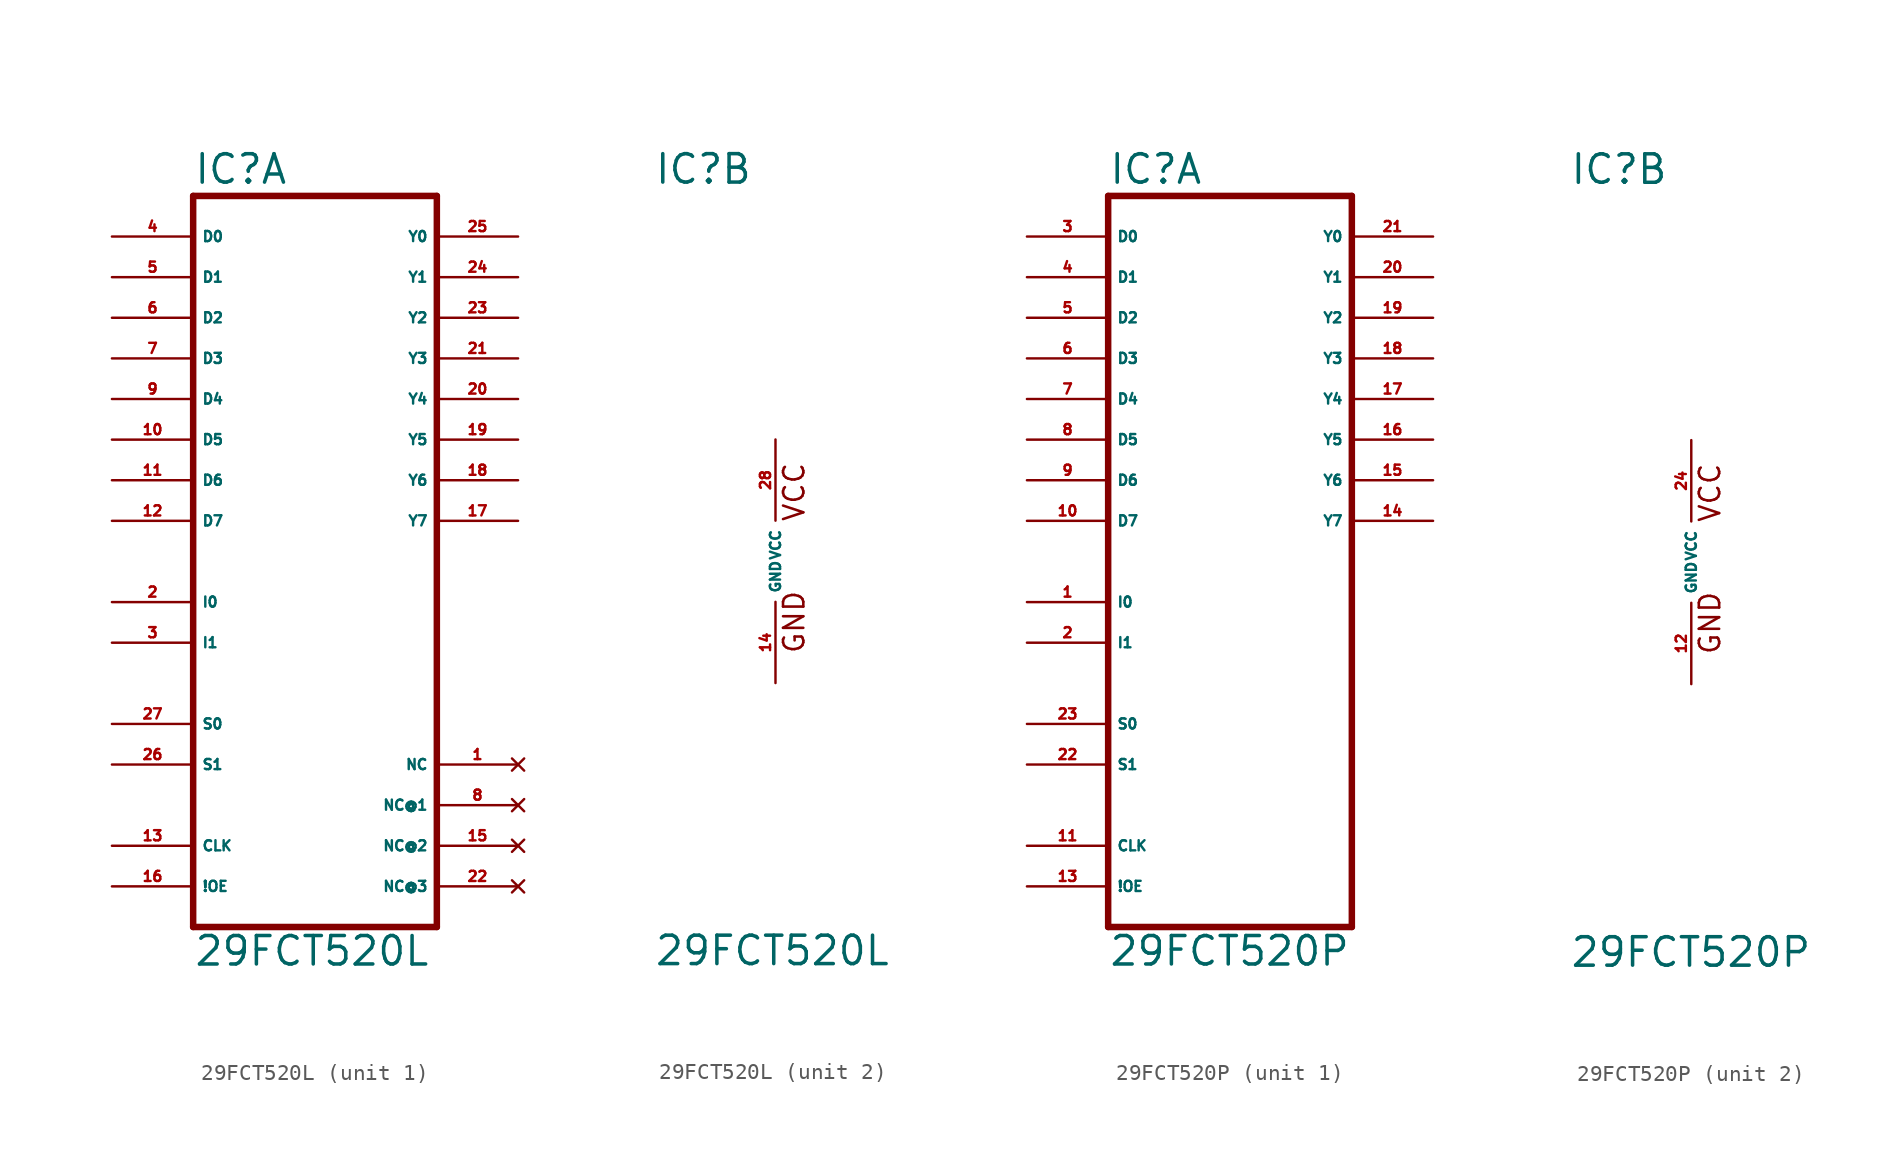
<source format=kicad_sym>
(kicad_symbol_lib
  (version 20220914)
  (generator Eagle2Kicad)
  (symbol "29FCT520L"
    (property "Reference" "IC"
      (at -7.62 23.495 0)
      (effects (font (size 1.778 1.778) (thickness 0.22)) (justify left bottom)))
    (property "Value" "29FCT520L"
      (at -7.62 -25.4 0)
      (effects (font (size 1.778 1.778) (thickness 0.22)) (justify left bottom)))
    (symbol "29FCT520L_1_0"
      (polyline (pts (xy -7.62 -22.86) (xy 7.62 -22.86)) (stroke (width 0.406) (type default)) (fill (type none)))
      (polyline (pts (xy 7.62 -22.86) (xy 7.62 22.86)) (stroke (width 0.406) (type default)) (fill (type none)))
      (polyline (pts (xy 7.62 22.86) (xy -7.62 22.86)) (stroke (width 0.406) (type default)) (fill (type none)))
      (polyline (pts (xy -7.62 22.86) (xy -7.62 -22.86)) (stroke (width 0.406) (type default)) (fill (type none)))
      (pin input line (at -12.7 20.32 0) (length 5.08) (name "D0" (effects (font (size 0.635 0.635) (thickness 0.08)) (justify left bottom))) (number "4" (effects (font (size 0.635 0.635) (thickness 0.08)) (justify left bottom))))
      (pin input line (at -12.7 17.78 0) (length 5.08) (name "D1" (effects (font (size 0.635 0.635) (thickness 0.08)) (justify left bottom))) (number "5" (effects (font (size 0.635 0.635) (thickness 0.08)) (justify left bottom))))
      (pin input line (at -12.7 15.24 0) (length 5.08) (name "D2" (effects (font (size 0.635 0.635) (thickness 0.08)) (justify left bottom))) (number "6" (effects (font (size 0.635 0.635) (thickness 0.08)) (justify left bottom))))
      (pin input line (at -12.7 12.7 0) (length 5.08) (name "D3" (effects (font (size 0.635 0.635) (thickness 0.08)) (justify left bottom))) (number "7" (effects (font (size 0.635 0.635) (thickness 0.08)) (justify left bottom))))
      (pin input line (at -12.7 10.16 0) (length 5.08) (name "D4" (effects (font (size 0.635 0.635) (thickness 0.08)) (justify left bottom))) (number "9" (effects (font (size 0.635 0.635) (thickness 0.08)) (justify left bottom))))
      (pin input line (at -12.7 7.62 0) (length 5.08) (name "D5" (effects (font (size 0.635 0.635) (thickness 0.08)) (justify left bottom))) (number "10" (effects (font (size 0.635 0.635) (thickness 0.08)) (justify left bottom))))
      (pin input line (at -12.7 5.08 0) (length 5.08) (name "D6" (effects (font (size 0.635 0.635) (thickness 0.08)) (justify left bottom))) (number "11" (effects (font (size 0.635 0.635) (thickness 0.08)) (justify left bottom))))
      (pin input line (at -12.7 2.54 0) (length 5.08) (name "D7" (effects (font (size 0.635 0.635) (thickness 0.08)) (justify left bottom))) (number "12" (effects (font (size 0.635 0.635) (thickness 0.08)) (justify left bottom))))
      (pin input line (at -12.7 -2.54 0) (length 5.08) (name "I0" (effects (font (size 0.635 0.635) (thickness 0.08)) (justify left bottom))) (number "2" (effects (font (size 0.635 0.635) (thickness 0.08)) (justify left bottom))))
      (pin input line (at -12.7 -5.08 0) (length 5.08) (name "I1" (effects (font (size 0.635 0.635) (thickness 0.08)) (justify left bottom))) (number "3" (effects (font (size 0.635 0.635) (thickness 0.08)) (justify left bottom))))
      (pin input line (at -12.7 -10.16 0) (length 5.08) (name "S0" (effects (font (size 0.635 0.635) (thickness 0.08)) (justify left bottom))) (number "27" (effects (font (size 0.635 0.635) (thickness 0.08)) (justify left bottom))))
      (pin input line (at -12.7 -12.7 0) (length 5.08) (name "S1" (effects (font (size 0.635 0.635) (thickness 0.08)) (justify left bottom))) (number "26" (effects (font (size 0.635 0.635) (thickness 0.08)) (justify left bottom))))
      (pin input line (at -12.7 -17.78 0) (length 5.08) (name "CLK" (effects (font (size 0.635 0.635) (thickness 0.08)) (justify left bottom))) (number "13" (effects (font (size 0.635 0.635) (thickness 0.08)) (justify left bottom))))
      (pin input line (at -12.7 -20.32 0) (length 5.08) (name "!OE" (effects (font (size 0.635 0.635) (thickness 0.08)) (justify left bottom))) (number "16" (effects (font (size 0.635 0.635) (thickness 0.08)) (justify left bottom))))
      (pin bidirectional line (at 12.7 20.32 180) (length 5.08) (name "Y0" (effects (font (size 0.635 0.635) (thickness 0.08)) (justify left bottom))) (number "25" (effects (font (size 0.635 0.635) (thickness 0.08)) (justify left bottom))))
      (pin bidirectional line (at 12.7 17.78 180) (length 5.08) (name "Y1" (effects (font (size 0.635 0.635) (thickness 0.08)) (justify left bottom))) (number "24" (effects (font (size 0.635 0.635) (thickness 0.08)) (justify left bottom))))
      (pin bidirectional line (at 12.7 15.24 180) (length 5.08) (name "Y2" (effects (font (size 0.635 0.635) (thickness 0.08)) (justify left bottom))) (number "23" (effects (font (size 0.635 0.635) (thickness 0.08)) (justify left bottom))))
      (pin bidirectional line (at 12.7 12.7 180) (length 5.08) (name "Y3" (effects (font (size 0.635 0.635) (thickness 0.08)) (justify left bottom))) (number "21" (effects (font (size 0.635 0.635) (thickness 0.08)) (justify left bottom))))
      (pin bidirectional line (at 12.7 10.16 180) (length 5.08) (name "Y4" (effects (font (size 0.635 0.635) (thickness 0.08)) (justify left bottom))) (number "20" (effects (font (size 0.635 0.635) (thickness 0.08)) (justify left bottom))))
      (pin bidirectional line (at 12.7 7.62 180) (length 5.08) (name "Y5" (effects (font (size 0.635 0.635) (thickness 0.08)) (justify left bottom))) (number "19" (effects (font (size 0.635 0.635) (thickness 0.08)) (justify left bottom))))
      (pin bidirectional line (at 12.7 5.08 180) (length 5.08) (name "Y6" (effects (font (size 0.635 0.635) (thickness 0.08)) (justify left bottom))) (number "18" (effects (font (size 0.635 0.635) (thickness 0.08)) (justify left bottom))))
      (pin bidirectional line (at 12.7 2.54 180) (length 5.08) (name "Y7" (effects (font (size 0.635 0.635) (thickness 0.08)) (justify left bottom))) (number "17" (effects (font (size 0.635 0.635) (thickness 0.08)) (justify left bottom))))
      (pin no_connect line (at 12.7 -20.32 180) (length 5.08) (name "NC@3" (effects (font (size 0.635 0.635) (thickness 0.08)) (justify left bottom) hide)) (number "22" (effects (font (size 0.635 0.635) (thickness 0.08)) (justify left bottom) hide)))
      (pin no_connect line (at 12.7 -17.78 180) (length 5.08) (name "NC@2" (effects (font (size 0.635 0.635) (thickness 0.08)) (justify left bottom) hide)) (number "15" (effects (font (size 0.635 0.635) (thickness 0.08)) (justify left bottom) hide)))
      (pin no_connect line (at 12.7 -15.24 180) (length 5.08) (name "NC@1" (effects (font (size 0.635 0.635) (thickness 0.08)) (justify left bottom) hide)) (number "8" (effects (font (size 0.635 0.635) (thickness 0.08)) (justify left bottom) hide)))
      (pin no_connect line (at 12.7 -12.7 180) (length 5.08) (name "NC" (effects (font (size 0.635 0.635) (thickness 0.08)) (justify left bottom) hide)) (number "1" (effects (font (size 0.635 0.635) (thickness 0.08)) (justify left bottom) hide))))
    (symbol "29FCT520L_2_0"
      (text "GND" (at 1.905 -5.842 900) (effects (font (size 1.27 1.27) (thickness 0.16)) (justify left bottom)))
      (text "VCC" (at 1.905 2.413 900) (effects (font (size 1.27 1.27) (thickness 0.16)) (justify left bottom)))
      (pin unspecified line (at 0 7.62 270) (length 5.08) (name "VCC" (effects (font (size 0.635 0.635) (thickness 0.08)) (justify left bottom))) (number "28" (effects (font (size 0.635 0.635) (thickness 0.08)) (justify left bottom))))
      (pin unspecified line (at 0 -7.62 90) (length 5.08) (name "GND" (effects (font (size 0.635 0.635) (thickness 0.08)) (justify left bottom))) (number "14" (effects (font (size 0.635 0.635) (thickness 0.08)) (justify left bottom))))))
  (symbol "29FCT520P"
    (property "Reference" "IC"
      (at -7.62 23.495 0)
      (effects (font (size 1.778 1.778) (thickness 0.22)) (justify left bottom)))
    (property "Value" "29FCT520P"
      (at -7.62 -25.4 0)
      (effects (font (size 1.778 1.778) (thickness 0.22)) (justify left bottom)))
    (symbol "29FCT520P_1_0"
      (polyline (pts (xy -7.62 -22.86) (xy 7.62 -22.86)) (stroke (width 0.406) (type default)) (fill (type none)))
      (polyline (pts (xy 7.62 -22.86) (xy 7.62 22.86)) (stroke (width 0.406) (type default)) (fill (type none)))
      (polyline (pts (xy 7.62 22.86) (xy -7.62 22.86)) (stroke (width 0.406) (type default)) (fill (type none)))
      (polyline (pts (xy -7.62 22.86) (xy -7.62 -22.86)) (stroke (width 0.406) (type default)) (fill (type none)))
      (pin input line (at -12.7 20.32 0) (length 5.08) (name "D0" (effects (font (size 0.635 0.635) (thickness 0.08)) (justify left bottom))) (number "3" (effects (font (size 0.635 0.635) (thickness 0.08)) (justify left bottom))))
      (pin input line (at -12.7 17.78 0) (length 5.08) (name "D1" (effects (font (size 0.635 0.635) (thickness 0.08)) (justify left bottom))) (number "4" (effects (font (size 0.635 0.635) (thickness 0.08)) (justify left bottom))))
      (pin input line (at -12.7 15.24 0) (length 5.08) (name "D2" (effects (font (size 0.635 0.635) (thickness 0.08)) (justify left bottom))) (number "5" (effects (font (size 0.635 0.635) (thickness 0.08)) (justify left bottom))))
      (pin input line (at -12.7 12.7 0) (length 5.08) (name "D3" (effects (font (size 0.635 0.635) (thickness 0.08)) (justify left bottom))) (number "6" (effects (font (size 0.635 0.635) (thickness 0.08)) (justify left bottom))))
      (pin input line (at -12.7 10.16 0) (length 5.08) (name "D4" (effects (font (size 0.635 0.635) (thickness 0.08)) (justify left bottom))) (number "7" (effects (font (size 0.635 0.635) (thickness 0.08)) (justify left bottom))))
      (pin input line (at -12.7 7.62 0) (length 5.08) (name "D5" (effects (font (size 0.635 0.635) (thickness 0.08)) (justify left bottom))) (number "8" (effects (font (size 0.635 0.635) (thickness 0.08)) (justify left bottom))))
      (pin input line (at -12.7 5.08 0) (length 5.08) (name "D6" (effects (font (size 0.635 0.635) (thickness 0.08)) (justify left bottom))) (number "9" (effects (font (size 0.635 0.635) (thickness 0.08)) (justify left bottom))))
      (pin input line (at -12.7 2.54 0) (length 5.08) (name "D7" (effects (font (size 0.635 0.635) (thickness 0.08)) (justify left bottom))) (number "10" (effects (font (size 0.635 0.635) (thickness 0.08)) (justify left bottom))))
      (pin input line (at -12.7 -2.54 0) (length 5.08) (name "I0" (effects (font (size 0.635 0.635) (thickness 0.08)) (justify left bottom))) (number "1" (effects (font (size 0.635 0.635) (thickness 0.08)) (justify left bottom))))
      (pin input line (at -12.7 -5.08 0) (length 5.08) (name "I1" (effects (font (size 0.635 0.635) (thickness 0.08)) (justify left bottom))) (number "2" (effects (font (size 0.635 0.635) (thickness 0.08)) (justify left bottom))))
      (pin input line (at -12.7 -10.16 0) (length 5.08) (name "S0" (effects (font (size 0.635 0.635) (thickness 0.08)) (justify left bottom))) (number "23" (effects (font (size 0.635 0.635) (thickness 0.08)) (justify left bottom))))
      (pin input line (at -12.7 -12.7 0) (length 5.08) (name "S1" (effects (font (size 0.635 0.635) (thickness 0.08)) (justify left bottom))) (number "22" (effects (font (size 0.635 0.635) (thickness 0.08)) (justify left bottom))))
      (pin input line (at -12.7 -17.78 0) (length 5.08) (name "CLK" (effects (font (size 0.635 0.635) (thickness 0.08)) (justify left bottom))) (number "11" (effects (font (size 0.635 0.635) (thickness 0.08)) (justify left bottom))))
      (pin input line (at -12.7 -20.32 0) (length 5.08) (name "!OE" (effects (font (size 0.635 0.635) (thickness 0.08)) (justify left bottom))) (number "13" (effects (font (size 0.635 0.635) (thickness 0.08)) (justify left bottom))))
      (pin bidirectional line (at 12.7 20.32 180) (length 5.08) (name "Y0" (effects (font (size 0.635 0.635) (thickness 0.08)) (justify left bottom))) (number "21" (effects (font (size 0.635 0.635) (thickness 0.08)) (justify left bottom))))
      (pin bidirectional line (at 12.7 17.78 180) (length 5.08) (name "Y1" (effects (font (size 0.635 0.635) (thickness 0.08)) (justify left bottom))) (number "20" (effects (font (size 0.635 0.635) (thickness 0.08)) (justify left bottom))))
      (pin bidirectional line (at 12.7 15.24 180) (length 5.08) (name "Y2" (effects (font (size 0.635 0.635) (thickness 0.08)) (justify left bottom))) (number "19" (effects (font (size 0.635 0.635) (thickness 0.08)) (justify left bottom))))
      (pin bidirectional line (at 12.7 12.7 180) (length 5.08) (name "Y3" (effects (font (size 0.635 0.635) (thickness 0.08)) (justify left bottom))) (number "18" (effects (font (size 0.635 0.635) (thickness 0.08)) (justify left bottom))))
      (pin bidirectional line (at 12.7 10.16 180) (length 5.08) (name "Y4" (effects (font (size 0.635 0.635) (thickness 0.08)) (justify left bottom))) (number "17" (effects (font (size 0.635 0.635) (thickness 0.08)) (justify left bottom))))
      (pin bidirectional line (at 12.7 7.62 180) (length 5.08) (name "Y5" (effects (font (size 0.635 0.635) (thickness 0.08)) (justify left bottom))) (number "16" (effects (font (size 0.635 0.635) (thickness 0.08)) (justify left bottom))))
      (pin bidirectional line (at 12.7 5.08 180) (length 5.08) (name "Y6" (effects (font (size 0.635 0.635) (thickness 0.08)) (justify left bottom))) (number "15" (effects (font (size 0.635 0.635) (thickness 0.08)) (justify left bottom))))
      (pin bidirectional line (at 12.7 2.54 180) (length 5.08) (name "Y7" (effects (font (size 0.635 0.635) (thickness 0.08)) (justify left bottom))) (number "14" (effects (font (size 0.635 0.635) (thickness 0.08)) (justify left bottom)))))
    (symbol "29FCT520P_2_0"
      (text "GND" (at 1.905 -5.842 900) (effects (font (size 1.27 1.27) (thickness 0.16)) (justify left bottom)))
      (text "VCC" (at 1.905 2.413 900) (effects (font (size 1.27 1.27) (thickness 0.16)) (justify left bottom)))
      (pin unspecified line (at 0 7.62 270) (length 5.08) (name "VCC" (effects (font (size 0.635 0.635) (thickness 0.08)) (justify left bottom))) (number "24" (effects (font (size 0.635 0.635) (thickness 0.08)) (justify left bottom))))
      (pin unspecified line (at 0 -7.62 90) (length 5.08) (name "GND" (effects (font (size 0.635 0.635) (thickness 0.08)) (justify left bottom))) (number "12" (effects (font (size 0.635 0.635) (thickness 0.08)) (justify left bottom)))))))
</source>
